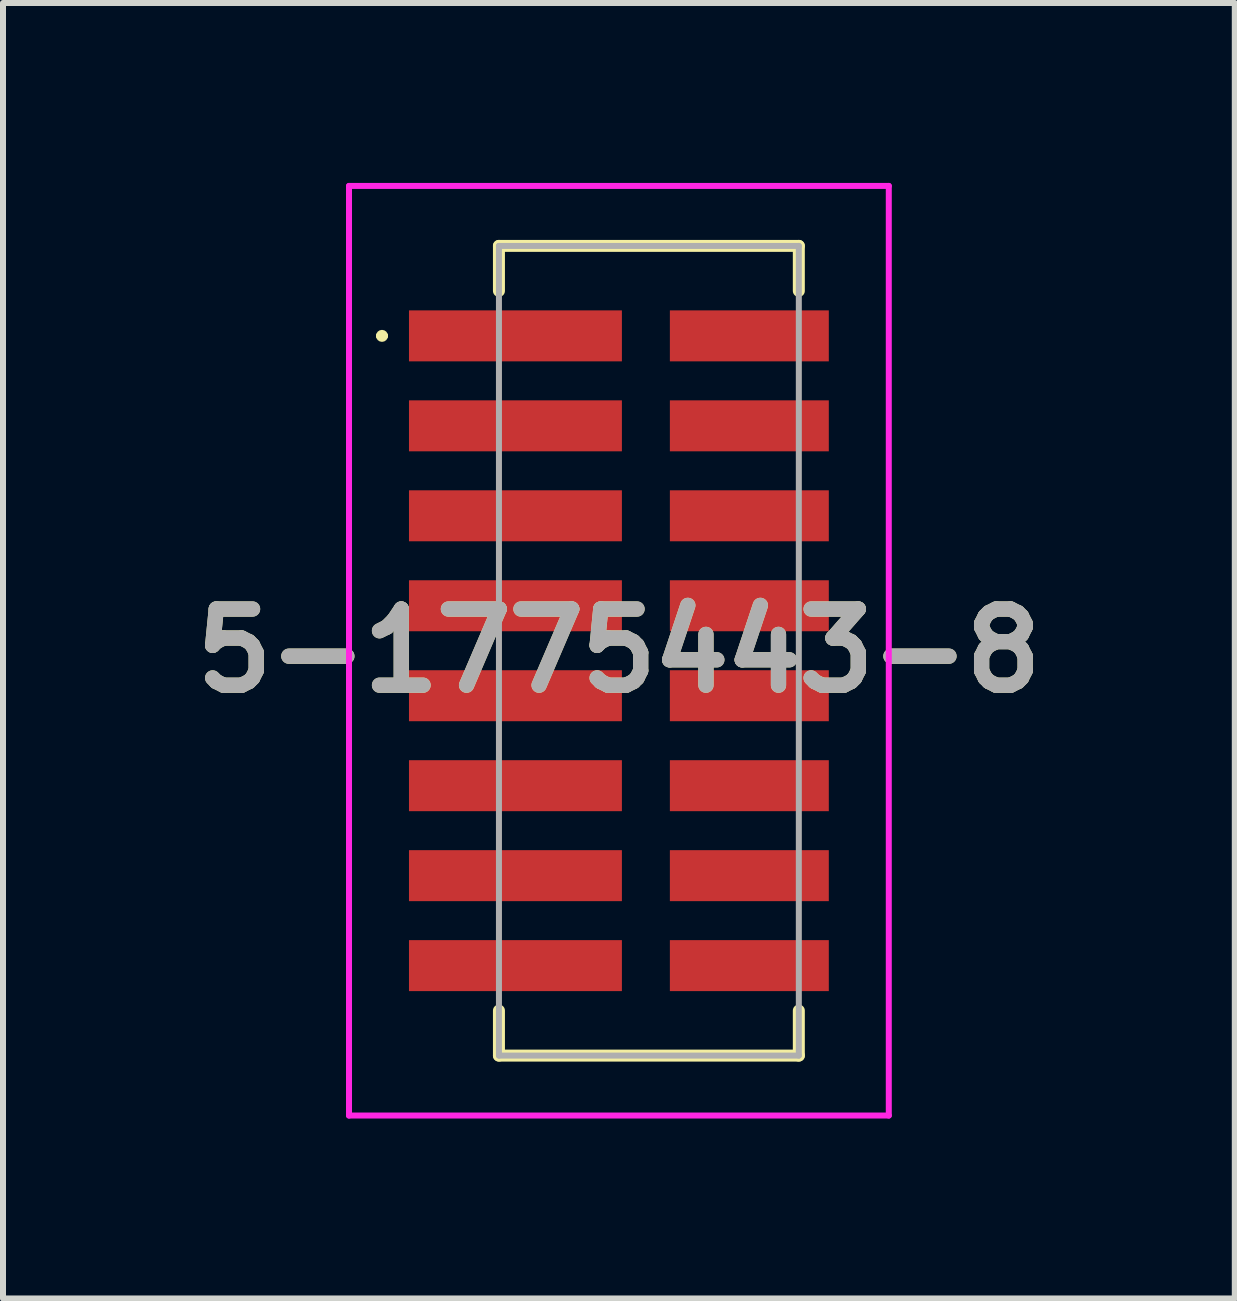
<source format=kicad_pcb>
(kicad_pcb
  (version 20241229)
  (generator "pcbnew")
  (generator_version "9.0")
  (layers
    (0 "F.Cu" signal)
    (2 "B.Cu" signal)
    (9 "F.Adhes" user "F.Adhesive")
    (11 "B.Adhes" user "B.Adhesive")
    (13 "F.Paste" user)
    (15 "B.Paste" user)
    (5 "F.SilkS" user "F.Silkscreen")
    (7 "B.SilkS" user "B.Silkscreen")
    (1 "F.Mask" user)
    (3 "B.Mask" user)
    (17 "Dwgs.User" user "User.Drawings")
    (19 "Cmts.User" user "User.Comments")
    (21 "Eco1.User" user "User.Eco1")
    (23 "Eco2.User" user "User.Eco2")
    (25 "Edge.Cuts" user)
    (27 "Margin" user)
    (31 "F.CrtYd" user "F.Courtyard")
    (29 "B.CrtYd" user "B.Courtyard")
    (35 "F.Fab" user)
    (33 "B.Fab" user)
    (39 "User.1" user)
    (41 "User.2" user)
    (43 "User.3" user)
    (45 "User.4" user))
  (footprint "5-1775443-8"
    (layer "F.Cu")
    (at 7.769 7.8)
    (property "Reference" "5-1775443-8" (at -0.5 0 0) (layer "F.SilkS") (effects (font (size 1.27 1.27) (thickness 0.254))))
    (attr smd)
    (fp_line (start -4.5 -5.25) (end -4.5 -5.25) (stroke (width 0.1) (type solid)) (layer "F.SilkS"))
    (fp_line (start -4.4 -5.25) (end -4.4 -5.25) (stroke (width 0.1) (type solid)) (layer "F.SilkS"))
    (fp_line (start -2.5 -6.75) (end 2.5 -6.75) (stroke (width 0.2) (type solid)) (layer "F.SilkS"))
    (fp_line (start -2.5 -6) (end -2.5 -6.75) (stroke (width 0.2) (type solid)) (layer "F.SilkS"))
    (fp_line (start -2.5 6) (end -2.5 6.75) (stroke (width 0.2) (type solid)) (layer "F.SilkS"))
    (fp_line (start -2.5 6.75) (end 2.5 6.75) (stroke (width 0.2) (type solid)) (layer "F.SilkS"))
    (fp_line (start 2.5 -6.75) (end 2.5 -6) (stroke (width 0.2) (type solid)) (layer "F.SilkS"))
    (fp_line (start 2.5 6.75) (end 2.5 6) (stroke (width 0.2) (type solid)) (layer "F.SilkS"))
    (fp_arc (start -4.5 -5.25) (mid -4.45 -5.3) (end -4.4 -5.25) (stroke (width 0.1) (type solid)) (layer "F.SilkS"))
    (fp_arc (start -4.4 -5.25) (mid -4.45 -5.2) (end -4.5 -5.25) (stroke (width 0.1) (type solid)) (layer "F.SilkS"))
    (fp_line (start -5 -7.75) (end 4 -7.75) (stroke (width 0.1) (type solid)) (layer "F.CrtYd"))
    (fp_line (start -5 7.75) (end -5 -7.75) (stroke (width 0.1) (type solid)) (layer "F.CrtYd"))
    (fp_line (start 4 -7.75) (end 4 7.75) (stroke (width 0.1) (type solid)) (layer "F.CrtYd"))
    (fp_line (start 4 7.75) (end -5 7.75) (stroke (width 0.1) (type solid)) (layer "F.CrtYd"))
    (fp_line (start -2.5 -6.75) (end 2.5 -6.75) (stroke (width 0.1) (type solid)) (layer "F.Fab"))
    (fp_line (start -2.5 6.75) (end -2.5 -6.75) (stroke (width 0.1) (type solid)) (layer "F.Fab"))
    (fp_line (start 2.5 -6.75) (end 2.5 6.75) (stroke (width 0.1) (type solid)) (layer "F.Fab"))
    (fp_line (start 2.5 6.75) (end -2.5 6.75) (stroke (width 0.1) (type solid)) (layer "F.Fab"))
    (fp_text user "${REFERENCE}" (at -0.5 0 0) (layer "F.Fab") (effects (font (size 1.27 1.27) (thickness 0.254))))
    (pad "1" smd rect (at -2.225 -5.25 90) (size 0.85 3.55) (layers "F.Cu" "F.Mask" "F.Paste"))
    (pad "2" smd rect (at -2.225 -3.75 90) (size 0.85 3.55) (layers "F.Cu" "F.Mask" "F.Paste"))
    (pad "3" smd rect (at -2.225 -2.25 90) (size 0.85 3.55) (layers "F.Cu" "F.Mask" "F.Paste"))
    (pad "4" smd rect (at -2.225 -0.75 90) (size 0.85 3.55) (layers "F.Cu" "F.Mask" "F.Paste"))
    (pad "5" smd rect (at -2.225 0.75 90) (size 0.85 3.55) (layers "F.Cu" "F.Mask" "F.Paste"))
    (pad "6" smd rect (at -2.225 2.25 90) (size 0.85 3.55) (layers "F.Cu" "F.Mask" "F.Paste"))
    (pad "7" smd rect (at -2.225 3.75 90) (size 0.85 3.55) (layers "F.Cu" "F.Mask" "F.Paste"))
    (pad "8" smd rect (at -2.225 5.25 90) (size 0.85 3.55) (layers "F.Cu" "F.Mask" "F.Paste"))
    (pad "9" smd rect (at 1.675 5.25 90) (size 0.85 2.65) (layers "F.Cu" "F.Mask" "F.Paste"))
    (pad "10" smd rect (at 1.675 3.75 90) (size 0.85 2.65) (layers "F.Cu" "F.Mask" "F.Paste"))
    (pad "11" smd rect (at 1.675 2.25 90) (size 0.85 2.65) (layers "F.Cu" "F.Mask" "F.Paste"))
    (pad "12" smd rect (at 1.675 0.75 90) (size 0.85 2.65) (layers "F.Cu" "F.Mask" "F.Paste"))
    (pad "13" smd rect (at 1.675 -0.75 90) (size 0.85 2.65) (layers "F.Cu" "F.Mask" "F.Paste"))
    (pad "14" smd rect (at 1.675 -2.25 90) (size 0.85 2.65) (layers "F.Cu" "F.Mask" "F.Paste"))
    (pad "15" smd rect (at 1.675 -3.75 90) (size 0.85 2.65) (layers "F.Cu" "F.Mask" "F.Paste"))
    (pad "16" smd rect (at 1.675 -5.25 90) (size 0.85 2.65) (layers "F.Cu" "F.Mask" "F.Paste")))
  (gr_rect
    (start -3 -3)
    (end 17.538 18.6)
    (stroke (width 0.1) (type default))
    (fill no)
    (layer "Edge.Cuts")))
</source>
